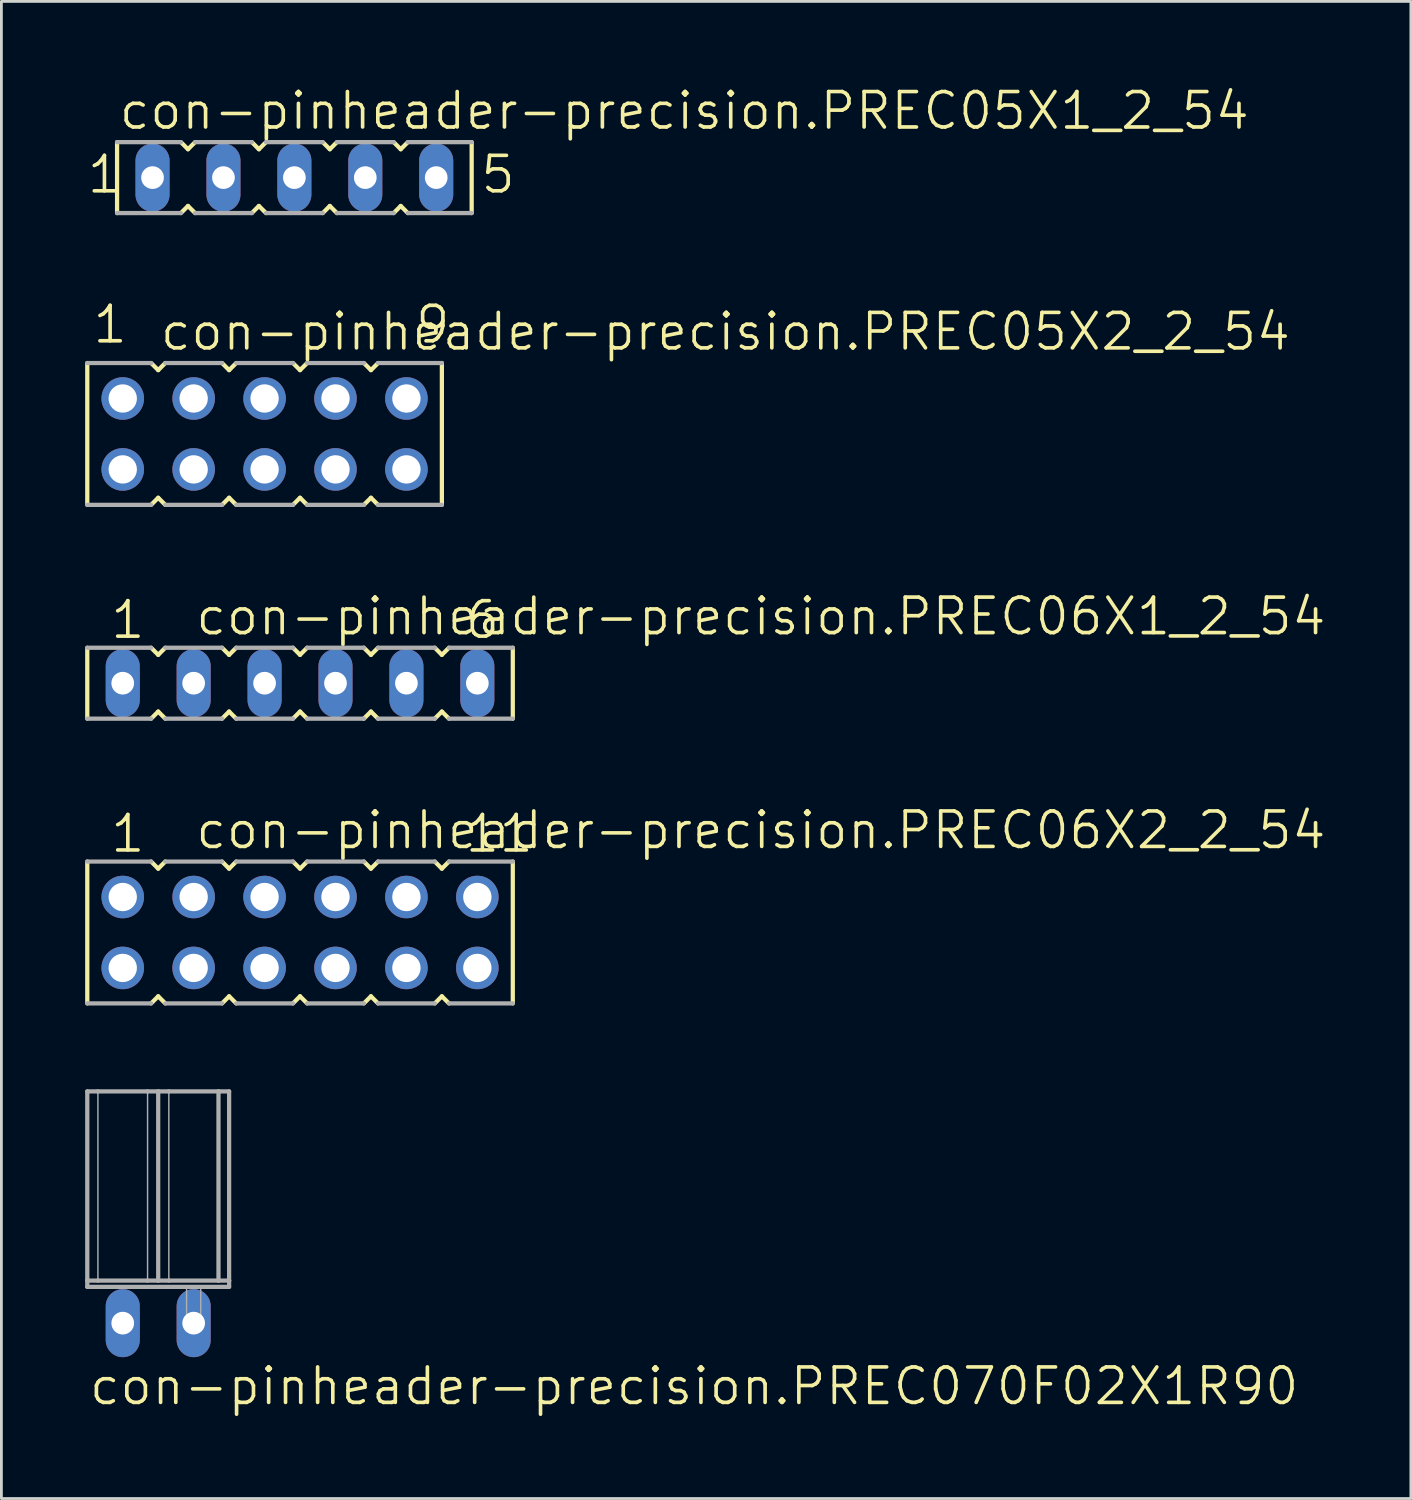
<source format=kicad_pcb>
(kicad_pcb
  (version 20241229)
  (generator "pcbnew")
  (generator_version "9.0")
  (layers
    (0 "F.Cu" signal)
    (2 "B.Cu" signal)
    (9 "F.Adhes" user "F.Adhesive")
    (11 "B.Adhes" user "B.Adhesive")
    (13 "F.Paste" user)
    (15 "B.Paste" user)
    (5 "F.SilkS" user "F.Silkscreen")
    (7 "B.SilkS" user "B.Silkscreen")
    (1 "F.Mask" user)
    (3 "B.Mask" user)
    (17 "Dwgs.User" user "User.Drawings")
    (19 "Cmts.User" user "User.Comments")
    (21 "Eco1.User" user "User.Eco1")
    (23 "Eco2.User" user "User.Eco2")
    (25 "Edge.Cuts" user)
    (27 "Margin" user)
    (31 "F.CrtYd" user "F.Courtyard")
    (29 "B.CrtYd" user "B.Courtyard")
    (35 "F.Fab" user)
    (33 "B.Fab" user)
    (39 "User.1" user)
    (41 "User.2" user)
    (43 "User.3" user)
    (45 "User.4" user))
  (footprint "con-pinheader-precision.PREC05X1_2_54"
    (layer "F.Cu")
    (at 7.493 3.311)
    (property "Reference" "con-pinheader-precision.PREC05X1_2_54" (at -6.35 -1.651 0) (layer "F.SilkS") (effects (font (size 1.27 1.27) (thickness 0.13)) (justify left bottom)))
    (attr through_hole)
    (fp_line (start -6.35 -1.27) (end -6.35 1.27) (stroke (width 0.152) (type default)) (layer "F.SilkS"))
    (fp_line (start -4.064 1.27) (end -3.81 1.016) (stroke (width 0.152) (type default)) (layer "F.SilkS"))
    (fp_line (start -3.81 -1.016) (end -4.064 -1.27) (stroke (width 0.152) (type default)) (layer "F.SilkS"))
    (fp_line (start -3.81 1.016) (end -3.556 1.27) (stroke (width 0.152) (type default)) (layer "F.SilkS"))
    (fp_line (start -3.556 -1.27) (end -3.81 -1.016) (stroke (width 0.152) (type default)) (layer "F.SilkS"))
    (fp_line (start -1.524 1.27) (end -1.27 1.016) (stroke (width 0.152) (type default)) (layer "F.SilkS"))
    (fp_line (start -1.27 -1.016) (end -1.524 -1.27) (stroke (width 0.152) (type default)) (layer "F.SilkS"))
    (fp_line (start -1.27 1.016) (end -1.016 1.27) (stroke (width 0.152) (type default)) (layer "F.SilkS"))
    (fp_line (start -1.016 -1.27) (end -1.27 -1.016) (stroke (width 0.152) (type default)) (layer "F.SilkS"))
    (fp_line (start 1.016 1.27) (end 1.27 1.016) (stroke (width 0.152) (type default)) (layer "F.SilkS"))
    (fp_line (start 1.27 -1.016) (end 1.016 -1.27) (stroke (width 0.152) (type default)) (layer "F.SilkS"))
    (fp_line (start 1.27 1.016) (end 1.524 1.27) (stroke (width 0.152) (type default)) (layer "F.SilkS"))
    (fp_line (start 1.524 -1.27) (end 1.27 -1.016) (stroke (width 0.152) (type default)) (layer "F.SilkS"))
    (fp_line (start 3.556 1.27) (end 3.81 1.016) (stroke (width 0.152) (type default)) (layer "F.SilkS"))
    (fp_line (start 3.81 -1.016) (end 3.556 -1.27) (stroke (width 0.152) (type default)) (layer "F.SilkS"))
    (fp_line (start 3.81 1.016) (end 4.064 1.27) (stroke (width 0.152) (type default)) (layer "F.SilkS"))
    (fp_line (start 4.064 -1.27) (end 3.81 -1.016) (stroke (width 0.152) (type default)) (layer "F.SilkS"))
    (fp_line (start 6.35 1.27) (end 6.35 -1.27) (stroke (width 0.152) (type default)) (layer "F.SilkS"))
    (fp_line (start -6.35 1.27) (end -4.064 1.27) (stroke (width 0.152) (type default)) (layer "F.Fab"))
    (fp_line (start -4.064 -1.27) (end -6.35 -1.27) (stroke (width 0.152) (type default)) (layer "F.Fab"))
    (fp_line (start -3.556 1.27) (end -1.524 1.27) (stroke (width 0.152) (type default)) (layer "F.Fab"))
    (fp_line (start -1.524 -1.27) (end -3.556 -1.27) (stroke (width 0.152) (type default)) (layer "F.Fab"))
    (fp_line (start -1.016 1.27) (end 1.016 1.27) (stroke (width 0.152) (type default)) (layer "F.Fab"))
    (fp_line (start 1.016 -1.27) (end -1.016 -1.27) (stroke (width 0.152) (type default)) (layer "F.Fab"))
    (fp_line (start 1.524 1.27) (end 3.556 1.27) (stroke (width 0.152) (type default)) (layer "F.Fab"))
    (fp_line (start 3.556 -1.27) (end 1.524 -1.27) (stroke (width 0.152) (type default)) (layer "F.Fab"))
    (fp_line (start 4.064 1.27) (end 6.35 1.27) (stroke (width 0.152) (type default)) (layer "F.Fab"))
    (fp_line (start 6.35 -1.27) (end 4.064 -1.27) (stroke (width 0.152) (type default)) (layer "F.Fab"))
    (fp_text user "1" (at -7.493 0.635 0) (layer "F.SilkS") (effects (font (size 1.27 1.27) (thickness 0.13)) (justify left bottom)))
    (fp_text user "5" (at 6.604 0.635 0) (layer "F.SilkS") (effects (font (size 1.27 1.27) (thickness 0.13)) (justify left bottom)))
    (pad "1" thru_hole oval (at -5.08 0 90) (size 2.438 1.219) (drill 0.813) (layers "*.Cu" "*.Mask"))
    (pad "2" thru_hole oval (at -2.54 0 90) (size 2.438 1.219) (drill 0.813) (layers "*.Cu" "*.Mask"))
    (pad "3" thru_hole oval (at 0 0 90) (size 2.438 1.219) (drill 0.813) (layers "*.Cu" "*.Mask"))
    (pad "4" thru_hole oval (at 2.54 0 90) (size 2.438 1.219) (drill 0.813) (layers "*.Cu" "*.Mask"))
    (pad "5" thru_hole oval (at 5.08 0 90) (size 2.438 1.219) (drill 0.813) (layers "*.Cu" "*.Mask")))
  (footprint "con-pinheader-precision.PREC06X2_2_54"
    (layer "F.Cu")
    (at 7.696 30.347)
    (property "Reference" "con-pinheader-precision.PREC06X2_2_54" (at -3.81 -2.921 0) (layer "F.SilkS") (effects (font (size 1.27 1.27) (thickness 0.13)) (justify left bottom)))
    (attr through_hole)
    (fp_line (start -7.62 -2.54) (end -7.62 2.54) (stroke (width 0.152) (type default)) (layer "F.SilkS"))
    (fp_line (start -5.334 2.54) (end -5.08 2.286) (stroke (width 0.152) (type default)) (layer "F.SilkS"))
    (fp_line (start -5.08 -2.286) (end -5.334 -2.54) (stroke (width 0.152) (type default)) (layer "F.SilkS"))
    (fp_line (start -5.08 2.286) (end -4.826 2.54) (stroke (width 0.152) (type default)) (layer "F.SilkS"))
    (fp_line (start -4.826 -2.54) (end -5.08 -2.286) (stroke (width 0.152) (type default)) (layer "F.SilkS"))
    (fp_line (start -2.794 2.54) (end -2.54 2.286) (stroke (width 0.152) (type default)) (layer "F.SilkS"))
    (fp_line (start -2.54 -2.286) (end -2.794 -2.54) (stroke (width 0.152) (type default)) (layer "F.SilkS"))
    (fp_line (start -2.54 2.286) (end -2.286 2.54) (stroke (width 0.152) (type default)) (layer "F.SilkS"))
    (fp_line (start -2.286 -2.54) (end -2.54 -2.286) (stroke (width 0.152) (type default)) (layer "F.SilkS"))
    (fp_line (start -0.254 2.54) (end 0 2.286) (stroke (width 0.152) (type default)) (layer "F.SilkS"))
    (fp_line (start 0 -2.286) (end -0.254 -2.54) (stroke (width 0.152) (type default)) (layer "F.SilkS"))
    (fp_line (start 0 2.286) (end 0.254 2.54) (stroke (width 0.152) (type default)) (layer "F.SilkS"))
    (fp_line (start 0.254 -2.54) (end 0 -2.286) (stroke (width 0.152) (type default)) (layer "F.SilkS"))
    (fp_line (start 2.286 2.54) (end 2.54 2.286) (stroke (width 0.152) (type default)) (layer "F.SilkS"))
    (fp_line (start 2.54 -2.286) (end 2.286 -2.54) (stroke (width 0.152) (type default)) (layer "F.SilkS"))
    (fp_line (start 2.54 2.286) (end 2.794 2.54) (stroke (width 0.152) (type default)) (layer "F.SilkS"))
    (fp_line (start 2.794 -2.54) (end 2.54 -2.286) (stroke (width 0.152) (type default)) (layer "F.SilkS"))
    (fp_line (start 4.826 2.54) (end 5.08 2.286) (stroke (width 0.152) (type default)) (layer "F.SilkS"))
    (fp_line (start 5.08 -2.286) (end 4.826 -2.54) (stroke (width 0.152) (type default)) (layer "F.SilkS"))
    (fp_line (start 5.08 2.286) (end 5.334 2.54) (stroke (width 0.152) (type default)) (layer "F.SilkS"))
    (fp_line (start 5.334 -2.54) (end 5.08 -2.286) (stroke (width 0.152) (type default)) (layer "F.SilkS"))
    (fp_line (start 7.62 2.54) (end 7.62 -2.54) (stroke (width 0.152) (type default)) (layer "F.SilkS"))
    (fp_line (start -7.62 2.54) (end -5.334 2.54) (stroke (width 0.152) (type default)) (layer "F.Fab"))
    (fp_line (start -5.334 -2.54) (end -7.62 -2.54) (stroke (width 0.152) (type default)) (layer "F.Fab"))
    (fp_line (start -4.826 2.54) (end -2.794 2.54) (stroke (width 0.152) (type default)) (layer "F.Fab"))
    (fp_line (start -2.794 -2.54) (end -4.826 -2.54) (stroke (width 0.152) (type default)) (layer "F.Fab"))
    (fp_line (start -2.286 2.54) (end -0.254 2.54) (stroke (width 0.152) (type default)) (layer "F.Fab"))
    (fp_line (start -0.254 -2.54) (end -2.286 -2.54) (stroke (width 0.152) (type default)) (layer "F.Fab"))
    (fp_line (start 0.254 2.54) (end 2.286 2.54) (stroke (width 0.152) (type default)) (layer "F.Fab"))
    (fp_line (start 2.286 -2.54) (end 0.254 -2.54) (stroke (width 0.152) (type default)) (layer "F.Fab"))
    (fp_line (start 2.794 2.54) (end 4.826 2.54) (stroke (width 0.152) (type default)) (layer "F.Fab"))
    (fp_line (start 4.826 -2.54) (end 2.794 -2.54) (stroke (width 0.152) (type default)) (layer "F.Fab"))
    (fp_line (start 5.334 2.54) (end 7.62 2.54) (stroke (width 0.152) (type default)) (layer "F.Fab"))
    (fp_line (start 7.62 -2.54) (end 5.334 -2.54) (stroke (width 0.152) (type default)) (layer "F.Fab"))
    (fp_text user "11" (at 5.842 -2.794 0) (layer "F.SilkS") (effects (font (size 1.27 1.27) (thickness 0.13)) (justify left bottom)))
    (fp_text user "1" (at -6.858 -2.794 0) (layer "F.SilkS") (effects (font (size 1.27 1.27) (thickness 0.13)) (justify left bottom)))
    (pad "1" thru_hole circle (at -6.35 -1.27 180) (size 1.524 1.524) (drill 1.016) (layers "*.Cu" "*.Mask"))
    (pad "2" thru_hole circle (at -6.35 1.27 180) (size 1.524 1.524) (drill 1.016) (layers "*.Cu" "*.Mask"))
    (pad "3" thru_hole circle (at -3.81 -1.27 180) (size 1.524 1.524) (drill 1.016) (layers "*.Cu" "*.Mask"))
    (pad "4" thru_hole circle (at -3.81 1.27 180) (size 1.524 1.524) (drill 1.016) (layers "*.Cu" "*.Mask"))
    (pad "5" thru_hole circle (at -1.27 -1.27 180) (size 1.524 1.524) (drill 1.016) (layers "*.Cu" "*.Mask"))
    (pad "6" thru_hole circle (at -1.27 1.27 180) (size 1.524 1.524) (drill 1.016) (layers "*.Cu" "*.Mask"))
    (pad "7" thru_hole circle (at 1.27 -1.27 180) (size 1.524 1.524) (drill 1.016) (layers "*.Cu" "*.Mask"))
    (pad "8" thru_hole circle (at 1.27 1.27 180) (size 1.524 1.524) (drill 1.016) (layers "*.Cu" "*.Mask"))
    (pad "9" thru_hole circle (at 3.81 -1.27 180) (size 1.524 1.524) (drill 1.016) (layers "*.Cu" "*.Mask"))
    (pad "10" thru_hole circle (at 3.81 1.27 180) (size 1.524 1.524) (drill 1.016) (layers "*.Cu" "*.Mask"))
    (pad "11" thru_hole circle (at 6.35 -1.27 180) (size 1.524 1.524) (drill 1.016) (layers "*.Cu" "*.Mask"))
    (pad "12" thru_hole circle (at 6.35 1.27 180) (size 1.524 1.524) (drill 1.016) (layers "*.Cu" "*.Mask")))
  (footprint "con-pinheader-precision.PREC070F02X1R90"
    (layer "F.Cu")
    (at 2.616 44.339)
    (property "Reference" "con-pinheader-precision.PREC070F02X1R90" (at -2.54 3 0) (layer "F.SilkS") (effects (font (size 1.27 1.27) (thickness 0.13)) (justify left bottom)))
    (attr through_hole)
    (fp_line (start -2.54 -8.3) (end -2.159 -8.3) (stroke (width 0.152) (type default)) (layer "F.Fab"))
    (fp_line (start -2.54 -1.524) (end -2.54 -8.3) (stroke (width 0.152) (type default)) (layer "F.Fab"))
    (fp_line (start -2.54 -1.524) (end -2.159 -1.524) (stroke (width 0.152) (type default)) (layer "F.Fab"))
    (fp_line (start -2.54 -1.3) (end -2.54 -1.524) (stroke (width 0.152) (type default)) (layer "F.Fab"))
    (fp_line (start -2.54 -1.3) (end 2.54 -1.3) (stroke (width 0.152) (type default)) (layer "F.Fab"))
    (fp_line (start -2.159 -8.3) (end -2.159 -1.524) (stroke (width 0.051) (type default)) (layer "F.Fab"))
    (fp_line (start -2.159 -8.3) (end -0.381 -8.3) (stroke (width 0.152) (type default)) (layer "F.Fab"))
    (fp_line (start -2.159 -1.524) (end -0.381 -1.524) (stroke (width 0.152) (type default)) (layer "F.Fab"))
    (fp_line (start -0.381 -8.3) (end -0.381 -1.524) (stroke (width 0.051) (type default)) (layer "F.Fab"))
    (fp_line (start -0.381 -8.3) (end 0 -8.3) (stroke (width 0.152) (type default)) (layer "F.Fab"))
    (fp_line (start -0.381 -1.524) (end 0 -1.524) (stroke (width 0.152) (type default)) (layer "F.Fab"))
    (fp_line (start 0 -8.3) (end 0 -1.524) (stroke (width 0.152) (type default)) (layer "F.Fab"))
    (fp_line (start 0 -8.3) (end 0.381 -8.3) (stroke (width 0.152) (type default)) (layer "F.Fab"))
    (fp_line (start 0 -1.524) (end 0.381 -1.524) (stroke (width 0.152) (type default)) (layer "F.Fab"))
    (fp_line (start 0.381 -8.3) (end 0.381 -1.524) (stroke (width 0.051) (type default)) (layer "F.Fab"))
    (fp_line (start 0.381 -8.3) (end 2.159 -8.3) (stroke (width 0.152) (type default)) (layer "F.Fab"))
    (fp_line (start 0.381 -1.524) (end 2.159 -1.524) (stroke (width 0.152) (type default)) (layer "F.Fab"))
    (fp_line (start 2.159 -8.3) (end 2.159 -1.524) (stroke (width 0.152) (type default)) (layer "F.Fab"))
    (fp_line (start 2.159 -8.3) (end 2.54 -8.3) (stroke (width 0.152) (type default)) (layer "F.Fab"))
    (fp_line (start 2.159 -1.524) (end 2.54 -1.524) (stroke (width 0.152) (type default)) (layer "F.Fab"))
    (fp_line (start 2.54 -8.3) (end 2.54 -1.524) (stroke (width 0.152) (type default)) (layer "F.Fab"))
    (fp_line (start 2.54 -1.3) (end 2.54 -1.524) (stroke (width 0.152) (type default)) (layer "F.Fab"))
    (fp_rect (start 1.016 0) (end 1.524 -1.3) (stroke (width 0.05) (type default)) (fill no) (layer "F.Fab"))
    (pad "1" thru_hole oval (at -1.27 0 90) (size 2.438 1.219) (drill 0.813) (layers "*.Cu" "*.Mask"))
    (pad "2" thru_hole oval (at 1.27 0 90) (size 2.438 1.219) (drill 0.813) (layers "*.Cu" "*.Mask")))
  (footprint "con-pinheader-precision.PREC05X2_2_54"
    (layer "F.Cu")
    (at 6.426 12.492)
    (property "Reference" "con-pinheader-precision.PREC05X2_2_54" (at -3.81 -2.921 0) (layer "F.SilkS") (effects (font (size 1.27 1.27) (thickness 0.13)) (justify left bottom)))
    (attr through_hole)
    (fp_line (start -6.35 -2.54) (end -6.35 2.54) (stroke (width 0.152) (type default)) (layer "F.SilkS"))
    (fp_line (start -4.064 2.54) (end -3.81 2.286) (stroke (width 0.152) (type default)) (layer "F.SilkS"))
    (fp_line (start -3.81 -2.286) (end -4.064 -2.54) (stroke (width 0.152) (type default)) (layer "F.SilkS"))
    (fp_line (start -3.81 2.286) (end -3.556 2.54) (stroke (width 0.152) (type default)) (layer "F.SilkS"))
    (fp_line (start -3.556 -2.54) (end -3.81 -2.286) (stroke (width 0.152) (type default)) (layer "F.SilkS"))
    (fp_line (start -1.524 2.54) (end -1.27 2.286) (stroke (width 0.152) (type default)) (layer "F.SilkS"))
    (fp_line (start -1.27 -2.286) (end -1.524 -2.54) (stroke (width 0.152) (type default)) (layer "F.SilkS"))
    (fp_line (start -1.27 2.286) (end -1.016 2.54) (stroke (width 0.152) (type default)) (layer "F.SilkS"))
    (fp_line (start -1.016 -2.54) (end -1.27 -2.286) (stroke (width 0.152) (type default)) (layer "F.SilkS"))
    (fp_line (start 1.016 2.54) (end 1.27 2.286) (stroke (width 0.152) (type default)) (layer "F.SilkS"))
    (fp_line (start 1.27 -2.286) (end 1.016 -2.54) (stroke (width 0.152) (type default)) (layer "F.SilkS"))
    (fp_line (start 1.27 2.286) (end 1.524 2.54) (stroke (width 0.152) (type default)) (layer "F.SilkS"))
    (fp_line (start 1.524 -2.54) (end 1.27 -2.286) (stroke (width 0.152) (type default)) (layer "F.SilkS"))
    (fp_line (start 3.556 2.54) (end 3.81 2.286) (stroke (width 0.152) (type default)) (layer "F.SilkS"))
    (fp_line (start 3.81 -2.286) (end 3.556 -2.54) (stroke (width 0.152) (type default)) (layer "F.SilkS"))
    (fp_line (start 3.81 2.286) (end 4.064 2.54) (stroke (width 0.152) (type default)) (layer "F.SilkS"))
    (fp_line (start 4.064 -2.54) (end 3.81 -2.286) (stroke (width 0.152) (type default)) (layer "F.SilkS"))
    (fp_line (start 6.35 2.54) (end 6.35 -2.54) (stroke (width 0.152) (type default)) (layer "F.SilkS"))
    (fp_line (start -6.35 2.54) (end -4.064 2.54) (stroke (width 0.152) (type default)) (layer "F.Fab"))
    (fp_line (start -4.064 -2.54) (end -6.35 -2.54) (stroke (width 0.152) (type default)) (layer "F.Fab"))
    (fp_line (start -3.556 2.54) (end -1.524 2.54) (stroke (width 0.152) (type default)) (layer "F.Fab"))
    (fp_line (start -1.524 -2.54) (end -3.556 -2.54) (stroke (width 0.152) (type default)) (layer "F.Fab"))
    (fp_line (start -1.016 2.54) (end 1.016 2.54) (stroke (width 0.152) (type default)) (layer "F.Fab"))
    (fp_line (start 1.016 -2.54) (end -1.016 -2.54) (stroke (width 0.152) (type default)) (layer "F.Fab"))
    (fp_line (start 1.524 2.54) (end 3.556 2.54) (stroke (width 0.152) (type default)) (layer "F.Fab"))
    (fp_line (start 3.556 -2.54) (end 1.524 -2.54) (stroke (width 0.152) (type default)) (layer "F.Fab"))
    (fp_line (start 4.064 2.54) (end 6.35 2.54) (stroke (width 0.152) (type default)) (layer "F.Fab"))
    (fp_line (start 6.35 -2.54) (end 4.064 -2.54) (stroke (width 0.152) (type default)) (layer "F.Fab"))
    (fp_text user "9" (at 5.334 -3.175 0) (layer "F.SilkS") (effects (font (size 1.27 1.27) (thickness 0.13)) (justify left bottom)))
    (fp_text user "1" (at -6.223 -3.175 0) (layer "F.SilkS") (effects (font (size 1.27 1.27) (thickness 0.13)) (justify left bottom)))
    (pad "1" thru_hole circle (at -5.08 -1.27 180) (size 1.524 1.524) (drill 1.016) (layers "*.Cu" "*.Mask"))
    (pad "2" thru_hole circle (at -5.08 1.27 180) (size 1.524 1.524) (drill 1.016) (layers "*.Cu" "*.Mask"))
    (pad "3" thru_hole circle (at -2.54 -1.27 180) (size 1.524 1.524) (drill 1.016) (layers "*.Cu" "*.Mask"))
    (pad "4" thru_hole circle (at -2.54 1.27 180) (size 1.524 1.524) (drill 1.016) (layers "*.Cu" "*.Mask"))
    (pad "5" thru_hole circle (at 0 -1.27 180) (size 1.524 1.524) (drill 1.016) (layers "*.Cu" "*.Mask"))
    (pad "6" thru_hole circle (at 0 1.27 180) (size 1.524 1.524) (drill 1.016) (layers "*.Cu" "*.Mask"))
    (pad "7" thru_hole circle (at 2.54 -1.27 180) (size 1.524 1.524) (drill 1.016) (layers "*.Cu" "*.Mask"))
    (pad "8" thru_hole circle (at 2.54 1.27 180) (size 1.524 1.524) (drill 1.016) (layers "*.Cu" "*.Mask"))
    (pad "9" thru_hole circle (at 5.08 -1.27 180) (size 1.524 1.524) (drill 1.016) (layers "*.Cu" "*.Mask"))
    (pad "10" thru_hole circle (at 5.08 1.27 180) (size 1.524 1.524) (drill 1.016) (layers "*.Cu" "*.Mask")))
  (footprint "con-pinheader-precision.PREC06X1_2_54"
    (layer "F.Cu")
    (at 7.696 21.419)
    (property "Reference" "con-pinheader-precision.PREC06X1_2_54" (at -3.81 -1.651 0) (layer "F.SilkS") (effects (font (size 1.27 1.27) (thickness 0.13)) (justify left bottom)))
    (attr through_hole)
    (fp_line (start -7.62 -1.27) (end -7.62 1.27) (stroke (width 0.152) (type default)) (layer "F.SilkS"))
    (fp_line (start -5.334 1.27) (end -5.08 1.016) (stroke (width 0.152) (type default)) (layer "F.SilkS"))
    (fp_line (start -5.08 -1.016) (end -5.334 -1.27) (stroke (width 0.152) (type default)) (layer "F.SilkS"))
    (fp_line (start -5.08 1.016) (end -4.826 1.27) (stroke (width 0.152) (type default)) (layer "F.SilkS"))
    (fp_line (start -4.826 -1.27) (end -5.08 -1.016) (stroke (width 0.152) (type default)) (layer "F.SilkS"))
    (fp_line (start -2.794 1.27) (end -2.54 1.016) (stroke (width 0.152) (type default)) (layer "F.SilkS"))
    (fp_line (start -2.54 -1.016) (end -2.794 -1.27) (stroke (width 0.152) (type default)) (layer "F.SilkS"))
    (fp_line (start -2.54 1.016) (end -2.286 1.27) (stroke (width 0.152) (type default)) (layer "F.SilkS"))
    (fp_line (start -2.286 -1.27) (end -2.54 -1.016) (stroke (width 0.152) (type default)) (layer "F.SilkS"))
    (fp_line (start -0.254 1.27) (end 0 1.016) (stroke (width 0.152) (type default)) (layer "F.SilkS"))
    (fp_line (start 0 -1.016) (end -0.254 -1.27) (stroke (width 0.152) (type default)) (layer "F.SilkS"))
    (fp_line (start 0 1.016) (end 0.254 1.27) (stroke (width 0.152) (type default)) (layer "F.SilkS"))
    (fp_line (start 0.254 -1.27) (end 0 -1.016) (stroke (width 0.152) (type default)) (layer "F.SilkS"))
    (fp_line (start 2.286 1.27) (end 2.54 1.016) (stroke (width 0.152) (type default)) (layer "F.SilkS"))
    (fp_line (start 2.54 -1.016) (end 2.286 -1.27) (stroke (width 0.152) (type default)) (layer "F.SilkS"))
    (fp_line (start 2.54 1.016) (end 2.794 1.27) (stroke (width 0.152) (type default)) (layer "F.SilkS"))
    (fp_line (start 2.794 -1.27) (end 2.54 -1.016) (stroke (width 0.152) (type default)) (layer "F.SilkS"))
    (fp_line (start 4.826 1.27) (end 5.08 1.016) (stroke (width 0.152) (type default)) (layer "F.SilkS"))
    (fp_line (start 5.08 -1.016) (end 4.826 -1.27) (stroke (width 0.152) (type default)) (layer "F.SilkS"))
    (fp_line (start 5.08 1.016) (end 5.334 1.27) (stroke (width 0.152) (type default)) (layer "F.SilkS"))
    (fp_line (start 5.334 -1.27) (end 5.08 -1.016) (stroke (width 0.152) (type default)) (layer "F.SilkS"))
    (fp_line (start 7.62 1.27) (end 7.62 -1.27) (stroke (width 0.152) (type default)) (layer "F.SilkS"))
    (fp_line (start -7.62 1.27) (end -5.334 1.27) (stroke (width 0.152) (type default)) (layer "F.Fab"))
    (fp_line (start -5.334 -1.27) (end -7.62 -1.27) (stroke (width 0.152) (type default)) (layer "F.Fab"))
    (fp_line (start -4.826 1.27) (end -2.794 1.27) (stroke (width 0.152) (type default)) (layer "F.Fab"))
    (fp_line (start -2.794 -1.27) (end -4.826 -1.27) (stroke (width 0.152) (type default)) (layer "F.Fab"))
    (fp_line (start -2.286 1.27) (end -0.254 1.27) (stroke (width 0.152) (type default)) (layer "F.Fab"))
    (fp_line (start -0.254 -1.27) (end -2.286 -1.27) (stroke (width 0.152) (type default)) (layer "F.Fab"))
    (fp_line (start 0.254 1.27) (end 2.286 1.27) (stroke (width 0.152) (type default)) (layer "F.Fab"))
    (fp_line (start 2.286 -1.27) (end 0.254 -1.27) (stroke (width 0.152) (type default)) (layer "F.Fab"))
    (fp_line (start 2.794 1.27) (end 4.826 1.27) (stroke (width 0.152) (type default)) (layer "F.Fab"))
    (fp_line (start 4.826 -1.27) (end 2.794 -1.27) (stroke (width 0.152) (type default)) (layer "F.Fab"))
    (fp_line (start 5.334 1.27) (end 7.62 1.27) (stroke (width 0.152) (type default)) (layer "F.Fab"))
    (fp_line (start 7.62 -1.27) (end 5.334 -1.27) (stroke (width 0.152) (type default)) (layer "F.Fab"))
    (fp_text user "6" (at 5.842 -1.524 0) (layer "F.SilkS") (effects (font (size 1.27 1.27) (thickness 0.13)) (justify left bottom)))
    (fp_text user "1" (at -6.858 -1.524 0) (layer "F.SilkS") (effects (font (size 1.27 1.27) (thickness 0.13)) (justify left bottom)))
    (pad "1" thru_hole oval (at -6.35 0 90) (size 2.438 1.219) (drill 0.813) (layers "*.Cu" "*.Mask"))
    (pad "2" thru_hole oval (at -3.81 0 90) (size 2.438 1.219) (drill 0.813) (layers "*.Cu" "*.Mask"))
    (pad "3" thru_hole oval (at -1.27 0 90) (size 2.438 1.219) (drill 0.813) (layers "*.Cu" "*.Mask"))
    (pad "4" thru_hole oval (at 1.27 0 90) (size 2.438 1.219) (drill 0.813) (layers "*.Cu" "*.Mask"))
    (pad "5" thru_hole oval (at 3.81 0 90) (size 2.438 1.219) (drill 0.813) (layers "*.Cu" "*.Mask"))
    (pad "6" thru_hole oval (at 6.35 0 90) (size 2.438 1.219) (drill 0.813) (layers "*.Cu" "*.Mask")))
  (gr_rect
    (start -3 -3)
    (end 47.481 50.621)
    (stroke (width 0.1) (type default))
    (fill no)
    (layer "Edge.Cuts")))
</source>
